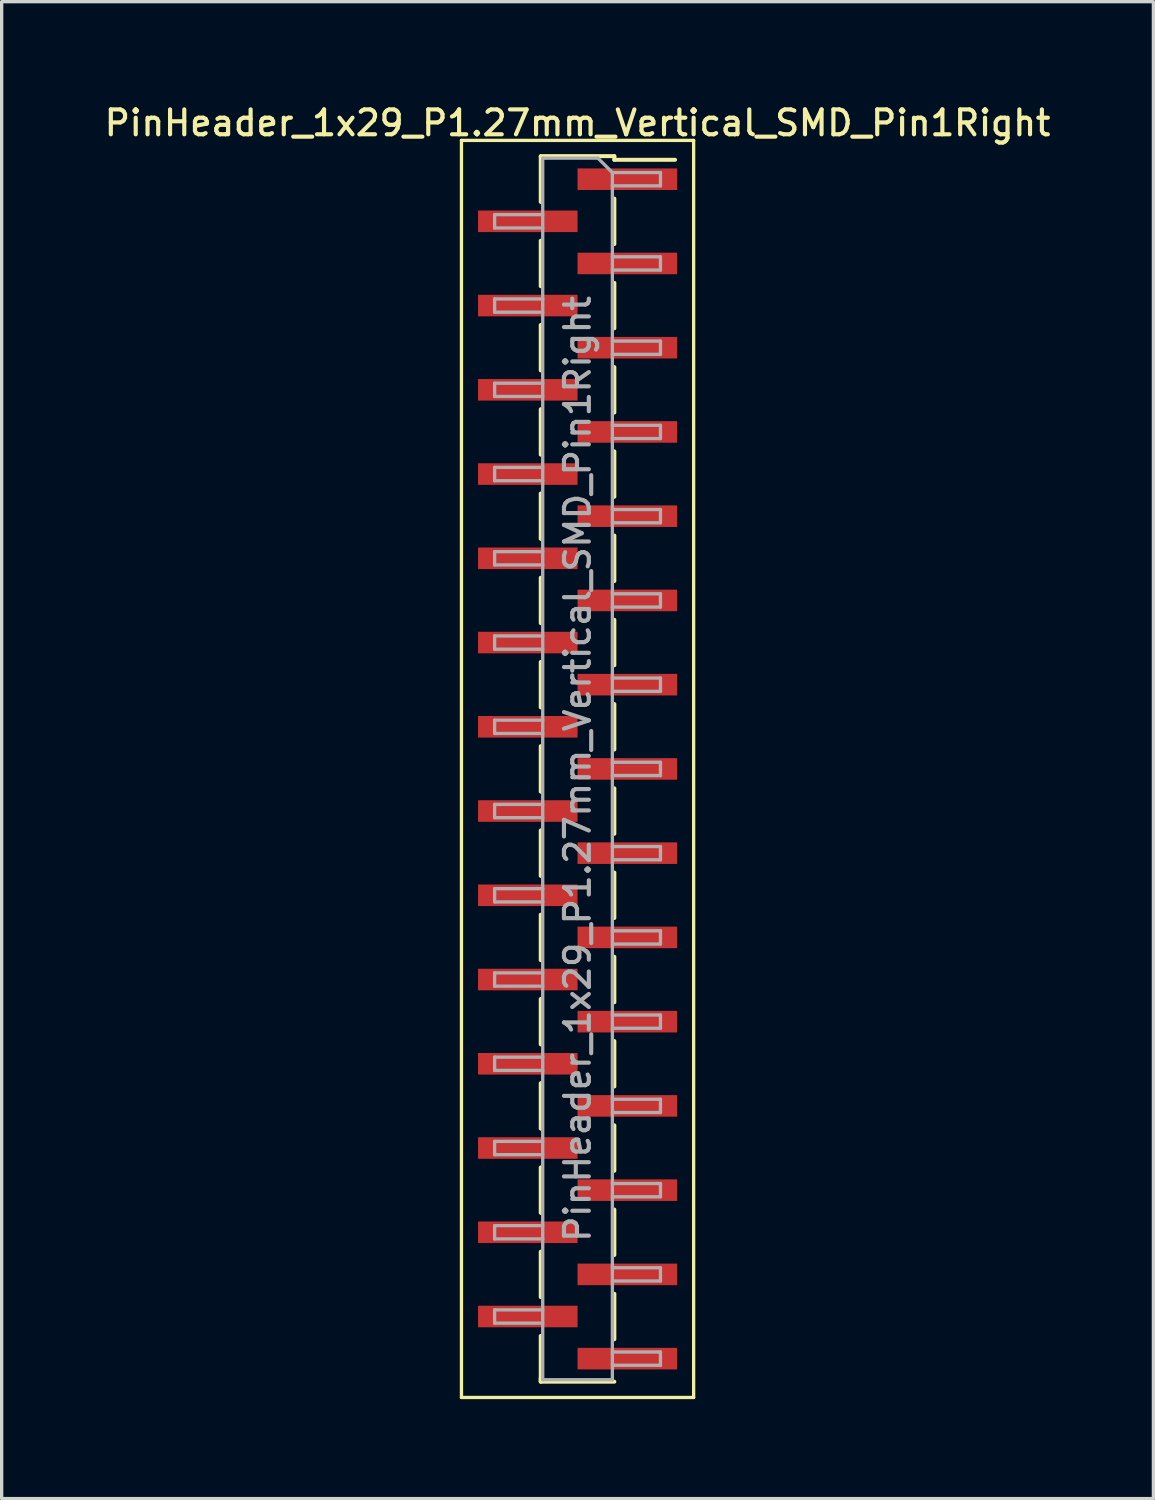
<source format=kicad_pcb>
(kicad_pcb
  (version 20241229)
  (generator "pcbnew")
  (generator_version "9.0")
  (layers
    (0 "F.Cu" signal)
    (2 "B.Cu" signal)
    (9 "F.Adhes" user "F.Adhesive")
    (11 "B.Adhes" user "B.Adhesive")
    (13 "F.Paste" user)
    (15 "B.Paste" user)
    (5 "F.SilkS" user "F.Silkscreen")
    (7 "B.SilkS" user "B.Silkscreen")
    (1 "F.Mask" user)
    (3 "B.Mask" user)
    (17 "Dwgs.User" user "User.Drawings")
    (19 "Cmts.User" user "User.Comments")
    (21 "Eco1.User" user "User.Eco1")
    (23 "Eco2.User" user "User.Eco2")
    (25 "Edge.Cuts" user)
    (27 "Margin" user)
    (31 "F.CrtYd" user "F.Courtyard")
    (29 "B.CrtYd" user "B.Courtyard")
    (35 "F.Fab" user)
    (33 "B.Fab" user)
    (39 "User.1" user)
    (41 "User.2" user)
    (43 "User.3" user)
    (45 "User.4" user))
  (footprint "PinHeader_1x29_P1.27mm_Vertical_SMD_Pin1Right"
    (layer "F.Cu")
    (at 14.363 20.133)
    (property "Reference" "PinHeader_1x29_P1.27mm_Vertical_SMD_Pin1Right" (at 0 -19.475 0) (layer "F.SilkS") (effects (font (size 0.75 0.75) (thickness 0.125))))
    (attr smd)
    (fp_line (start -3.5 -18.95) (end -3.5 18.95) (stroke (width 0.1) (type solid)) (layer "F.SilkS"))
    (fp_line (start -3.5 18.95) (end 3.5 18.95) (stroke (width 0.1) (type solid)) (layer "F.SilkS"))
    (fp_line (start -1.11 -18.475) (end 1.11 -18.475) (stroke (width 0.12) (type solid)) (layer "F.SilkS"))
    (fp_line (start -1.11 -18.465) (end -1.11 -17.095) (stroke (width 0.12) (type solid)) (layer "F.SilkS"))
    (fp_line (start -1.11 -15.925) (end -1.11 -14.555) (stroke (width 0.12) (type solid)) (layer "F.SilkS"))
    (fp_line (start -1.11 -13.385) (end -1.11 -12.015) (stroke (width 0.12) (type solid)) (layer "F.SilkS"))
    (fp_line (start -1.11 -10.845) (end -1.11 -9.475) (stroke (width 0.12) (type solid)) (layer "F.SilkS"))
    (fp_line (start -1.11 -8.305) (end -1.11 -6.935) (stroke (width 0.12) (type solid)) (layer "F.SilkS"))
    (fp_line (start -1.11 -5.765) (end -1.11 -4.395) (stroke (width 0.12) (type solid)) (layer "F.SilkS"))
    (fp_line (start -1.11 -3.225) (end -1.11 -1.855) (stroke (width 0.12) (type solid)) (layer "F.SilkS"))
    (fp_line (start -1.11 -0.685) (end -1.11 0.685) (stroke (width 0.12) (type solid)) (layer "F.SilkS"))
    (fp_line (start -1.11 1.855) (end -1.11 3.225) (stroke (width 0.12) (type solid)) (layer "F.SilkS"))
    (fp_line (start -1.11 4.395) (end -1.11 5.765) (stroke (width 0.12) (type solid)) (layer "F.SilkS"))
    (fp_line (start -1.11 6.935) (end -1.11 8.305) (stroke (width 0.12) (type solid)) (layer "F.SilkS"))
    (fp_line (start -1.11 9.475) (end -1.11 10.845) (stroke (width 0.12) (type solid)) (layer "F.SilkS"))
    (fp_line (start -1.11 12.015) (end -1.11 13.385) (stroke (width 0.12) (type solid)) (layer "F.SilkS"))
    (fp_line (start -1.11 14.555) (end -1.11 15.925) (stroke (width 0.12) (type solid)) (layer "F.SilkS"))
    (fp_line (start -1.11 17.095) (end -1.11 18.465) (stroke (width 0.12) (type solid)) (layer "F.SilkS"))
    (fp_line (start -1.11 18.365) (end -1.11 18.475) (stroke (width 0.12) (type solid)) (layer "F.SilkS"))
    (fp_line (start -1.11 18.475) (end 1.11 18.475) (stroke (width 0.12) (type solid)) (layer "F.SilkS"))
    (fp_line (start 1.11 -18.475) (end 1.11 -18.365) (stroke (width 0.12) (type solid)) (layer "F.SilkS"))
    (fp_line (start 1.11 -18.365) (end 2.94 -18.365) (stroke (width 0.12) (type solid)) (layer "F.SilkS"))
    (fp_line (start 1.11 -17.195) (end 1.11 -15.825) (stroke (width 0.12) (type solid)) (layer "F.SilkS"))
    (fp_line (start 1.11 -14.655) (end 1.11 -13.285) (stroke (width 0.12) (type solid)) (layer "F.SilkS"))
    (fp_line (start 1.11 -12.115) (end 1.11 -10.745) (stroke (width 0.12) (type solid)) (layer "F.SilkS"))
    (fp_line (start 1.11 -9.575) (end 1.11 -8.205) (stroke (width 0.12) (type solid)) (layer "F.SilkS"))
    (fp_line (start 1.11 -7.035) (end 1.11 -5.665) (stroke (width 0.12) (type solid)) (layer "F.SilkS"))
    (fp_line (start 1.11 -4.495) (end 1.11 -3.125) (stroke (width 0.12) (type solid)) (layer "F.SilkS"))
    (fp_line (start 1.11 -1.955) (end 1.11 -0.585) (stroke (width 0.12) (type solid)) (layer "F.SilkS"))
    (fp_line (start 1.11 0.585) (end 1.11 1.955) (stroke (width 0.12) (type solid)) (layer "F.SilkS"))
    (fp_line (start 1.11 3.125) (end 1.11 4.495) (stroke (width 0.12) (type solid)) (layer "F.SilkS"))
    (fp_line (start 1.11 5.665) (end 1.11 7.035) (stroke (width 0.12) (type solid)) (layer "F.SilkS"))
    (fp_line (start 1.11 8.205) (end 1.11 9.575) (stroke (width 0.12) (type solid)) (layer "F.SilkS"))
    (fp_line (start 1.11 10.745) (end 1.11 12.115) (stroke (width 0.12) (type solid)) (layer "F.SilkS"))
    (fp_line (start 1.11 13.285) (end 1.11 14.655) (stroke (width 0.12) (type solid)) (layer "F.SilkS"))
    (fp_line (start 1.11 15.825) (end 1.11 17.195) (stroke (width 0.12) (type solid)) (layer "F.SilkS"))
    (fp_line (start 3.5 -18.95) (end -3.5 -18.95) (stroke (width 0.1) (type solid)) (layer "F.SilkS"))
    (fp_line (start 3.5 18.95) (end 3.5 -18.95) (stroke (width 0.1) (type solid)) (layer "F.SilkS"))
    (fp_line (start -2.5 -16.71) (end -2.5 -16.31) (stroke (width 0.1) (type solid)) (layer "F.Fab"))
    (fp_line (start -2.5 -16.31) (end -1.05 -16.31) (stroke (width 0.1) (type solid)) (layer "F.Fab"))
    (fp_line (start -2.5 -14.17) (end -2.5 -13.77) (stroke (width 0.1) (type solid)) (layer "F.Fab"))
    (fp_line (start -2.5 -13.77) (end -1.05 -13.77) (stroke (width 0.1) (type solid)) (layer "F.Fab"))
    (fp_line (start -2.5 -11.63) (end -2.5 -11.23) (stroke (width 0.1) (type solid)) (layer "F.Fab"))
    (fp_line (start -2.5 -11.23) (end -1.05 -11.23) (stroke (width 0.1) (type solid)) (layer "F.Fab"))
    (fp_line (start -2.5 -9.09) (end -2.5 -8.69) (stroke (width 0.1) (type solid)) (layer "F.Fab"))
    (fp_line (start -2.5 -8.69) (end -1.05 -8.69) (stroke (width 0.1) (type solid)) (layer "F.Fab"))
    (fp_line (start -2.5 -6.55) (end -2.5 -6.15) (stroke (width 0.1) (type solid)) (layer "F.Fab"))
    (fp_line (start -2.5 -6.15) (end -1.05 -6.15) (stroke (width 0.1) (type solid)) (layer "F.Fab"))
    (fp_line (start -2.5 -4.01) (end -2.5 -3.61) (stroke (width 0.1) (type solid)) (layer "F.Fab"))
    (fp_line (start -2.5 -3.61) (end -1.05 -3.61) (stroke (width 0.1) (type solid)) (layer "F.Fab"))
    (fp_line (start -2.5 -1.47) (end -2.5 -1.07) (stroke (width 0.1) (type solid)) (layer "F.Fab"))
    (fp_line (start -2.5 -1.07) (end -1.05 -1.07) (stroke (width 0.1) (type solid)) (layer "F.Fab"))
    (fp_line (start -2.5 1.07) (end -2.5 1.47) (stroke (width 0.1) (type solid)) (layer "F.Fab"))
    (fp_line (start -2.5 1.47) (end -1.05 1.47) (stroke (width 0.1) (type solid)) (layer "F.Fab"))
    (fp_line (start -2.5 3.61) (end -2.5 4.01) (stroke (width 0.1) (type solid)) (layer "F.Fab"))
    (fp_line (start -2.5 4.01) (end -1.05 4.01) (stroke (width 0.1) (type solid)) (layer "F.Fab"))
    (fp_line (start -2.5 6.15) (end -2.5 6.55) (stroke (width 0.1) (type solid)) (layer "F.Fab"))
    (fp_line (start -2.5 6.55) (end -1.05 6.55) (stroke (width 0.1) (type solid)) (layer "F.Fab"))
    (fp_line (start -2.5 8.69) (end -2.5 9.09) (stroke (width 0.1) (type solid)) (layer "F.Fab"))
    (fp_line (start -2.5 9.09) (end -1.05 9.09) (stroke (width 0.1) (type solid)) (layer "F.Fab"))
    (fp_line (start -2.5 11.23) (end -2.5 11.63) (stroke (width 0.1) (type solid)) (layer "F.Fab"))
    (fp_line (start -2.5 11.63) (end -1.05 11.63) (stroke (width 0.1) (type solid)) (layer "F.Fab"))
    (fp_line (start -2.5 13.77) (end -2.5 14.17) (stroke (width 0.1) (type solid)) (layer "F.Fab"))
    (fp_line (start -2.5 14.17) (end -1.05 14.17) (stroke (width 0.1) (type solid)) (layer "F.Fab"))
    (fp_line (start -2.5 16.31) (end -2.5 16.71) (stroke (width 0.1) (type solid)) (layer "F.Fab"))
    (fp_line (start -2.5 16.71) (end -1.05 16.71) (stroke (width 0.1) (type solid)) (layer "F.Fab"))
    (fp_line (start -1.05 -18.415) (end -1.05 18.415) (stroke (width 0.1) (type solid)) (layer "F.Fab"))
    (fp_line (start -1.05 -18.415) (end 0.615 -18.415) (stroke (width 0.1) (type solid)) (layer "F.Fab"))
    (fp_line (start -1.05 -16.71) (end -2.5 -16.71) (stroke (width 0.1) (type solid)) (layer "F.Fab"))
    (fp_line (start -1.05 -14.17) (end -2.5 -14.17) (stroke (width 0.1) (type solid)) (layer "F.Fab"))
    (fp_line (start -1.05 -11.63) (end -2.5 -11.63) (stroke (width 0.1) (type solid)) (layer "F.Fab"))
    (fp_line (start -1.05 -9.09) (end -2.5 -9.09) (stroke (width 0.1) (type solid)) (layer "F.Fab"))
    (fp_line (start -1.05 -6.55) (end -2.5 -6.55) (stroke (width 0.1) (type solid)) (layer "F.Fab"))
    (fp_line (start -1.05 -4.01) (end -2.5 -4.01) (stroke (width 0.1) (type solid)) (layer "F.Fab"))
    (fp_line (start -1.05 -1.47) (end -2.5 -1.47) (stroke (width 0.1) (type solid)) (layer "F.Fab"))
    (fp_line (start -1.05 1.07) (end -2.5 1.07) (stroke (width 0.1) (type solid)) (layer "F.Fab"))
    (fp_line (start -1.05 3.61) (end -2.5 3.61) (stroke (width 0.1) (type solid)) (layer "F.Fab"))
    (fp_line (start -1.05 6.15) (end -2.5 6.15) (stroke (width 0.1) (type solid)) (layer "F.Fab"))
    (fp_line (start -1.05 8.69) (end -2.5 8.69) (stroke (width 0.1) (type solid)) (layer "F.Fab"))
    (fp_line (start -1.05 11.23) (end -2.5 11.23) (stroke (width 0.1) (type solid)) (layer "F.Fab"))
    (fp_line (start -1.05 13.77) (end -2.5 13.77) (stroke (width 0.1) (type solid)) (layer "F.Fab"))
    (fp_line (start -1.05 16.31) (end -2.5 16.31) (stroke (width 0.1) (type solid)) (layer "F.Fab"))
    (fp_line (start 1.05 -17.98) (end 0.615 -18.415) (stroke (width 0.1) (type solid)) (layer "F.Fab"))
    (fp_line (start 1.05 -17.98) (end 2.5 -17.98) (stroke (width 0.1) (type solid)) (layer "F.Fab"))
    (fp_line (start 1.05 -15.44) (end 2.5 -15.44) (stroke (width 0.1) (type solid)) (layer "F.Fab"))
    (fp_line (start 1.05 -12.9) (end 2.5 -12.9) (stroke (width 0.1) (type solid)) (layer "F.Fab"))
    (fp_line (start 1.05 -10.36) (end 2.5 -10.36) (stroke (width 0.1) (type solid)) (layer "F.Fab"))
    (fp_line (start 1.05 -7.82) (end 2.5 -7.82) (stroke (width 0.1) (type solid)) (layer "F.Fab"))
    (fp_line (start 1.05 -5.28) (end 2.5 -5.28) (stroke (width 0.1) (type solid)) (layer "F.Fab"))
    (fp_line (start 1.05 -2.74) (end 2.5 -2.74) (stroke (width 0.1) (type solid)) (layer "F.Fab"))
    (fp_line (start 1.05 -0.2) (end 2.5 -0.2) (stroke (width 0.1) (type solid)) (layer "F.Fab"))
    (fp_line (start 1.05 2.34) (end 2.5 2.34) (stroke (width 0.1) (type solid)) (layer "F.Fab"))
    (fp_line (start 1.05 4.88) (end 2.5 4.88) (stroke (width 0.1) (type solid)) (layer "F.Fab"))
    (fp_line (start 1.05 7.42) (end 2.5 7.42) (stroke (width 0.1) (type solid)) (layer "F.Fab"))
    (fp_line (start 1.05 9.96) (end 2.5 9.96) (stroke (width 0.1) (type solid)) (layer "F.Fab"))
    (fp_line (start 1.05 12.5) (end 2.5 12.5) (stroke (width 0.1) (type solid)) (layer "F.Fab"))
    (fp_line (start 1.05 15.04) (end 2.5 15.04) (stroke (width 0.1) (type solid)) (layer "F.Fab"))
    (fp_line (start 1.05 17.58) (end 2.5 17.58) (stroke (width 0.1) (type solid)) (layer "F.Fab"))
    (fp_line (start 1.05 18.415) (end -1.05 18.415) (stroke (width 0.1) (type solid)) (layer "F.Fab"))
    (fp_line (start 1.05 18.415) (end 1.05 -17.98) (stroke (width 0.1) (type solid)) (layer "F.Fab"))
    (fp_line (start 2.5 -17.98) (end 2.5 -17.58) (stroke (width 0.1) (type solid)) (layer "F.Fab"))
    (fp_line (start 2.5 -17.58) (end 1.05 -17.58) (stroke (width 0.1) (type solid)) (layer "F.Fab"))
    (fp_line (start 2.5 -15.44) (end 2.5 -15.04) (stroke (width 0.1) (type solid)) (layer "F.Fab"))
    (fp_line (start 2.5 -15.04) (end 1.05 -15.04) (stroke (width 0.1) (type solid)) (layer "F.Fab"))
    (fp_line (start 2.5 -12.9) (end 2.5 -12.5) (stroke (width 0.1) (type solid)) (layer "F.Fab"))
    (fp_line (start 2.5 -12.5) (end 1.05 -12.5) (stroke (width 0.1) (type solid)) (layer "F.Fab"))
    (fp_line (start 2.5 -10.36) (end 2.5 -9.96) (stroke (width 0.1) (type solid)) (layer "F.Fab"))
    (fp_line (start 2.5 -9.96) (end 1.05 -9.96) (stroke (width 0.1) (type solid)) (layer "F.Fab"))
    (fp_line (start 2.5 -7.82) (end 2.5 -7.42) (stroke (width 0.1) (type solid)) (layer "F.Fab"))
    (fp_line (start 2.5 -7.42) (end 1.05 -7.42) (stroke (width 0.1) (type solid)) (layer "F.Fab"))
    (fp_line (start 2.5 -5.28) (end 2.5 -4.88) (stroke (width 0.1) (type solid)) (layer "F.Fab"))
    (fp_line (start 2.5 -4.88) (end 1.05 -4.88) (stroke (width 0.1) (type solid)) (layer "F.Fab"))
    (fp_line (start 2.5 -2.74) (end 2.5 -2.34) (stroke (width 0.1) (type solid)) (layer "F.Fab"))
    (fp_line (start 2.5 -2.34) (end 1.05 -2.34) (stroke (width 0.1) (type solid)) (layer "F.Fab"))
    (fp_line (start 2.5 -0.2) (end 2.5 0.2) (stroke (width 0.1) (type solid)) (layer "F.Fab"))
    (fp_line (start 2.5 0.2) (end 1.05 0.2) (stroke (width 0.1) (type solid)) (layer "F.Fab"))
    (fp_line (start 2.5 2.34) (end 2.5 2.74) (stroke (width 0.1) (type solid)) (layer "F.Fab"))
    (fp_line (start 2.5 2.74) (end 1.05 2.74) (stroke (width 0.1) (type solid)) (layer "F.Fab"))
    (fp_line (start 2.5 4.88) (end 2.5 5.28) (stroke (width 0.1) (type solid)) (layer "F.Fab"))
    (fp_line (start 2.5 5.28) (end 1.05 5.28) (stroke (width 0.1) (type solid)) (layer "F.Fab"))
    (fp_line (start 2.5 7.42) (end 2.5 7.82) (stroke (width 0.1) (type solid)) (layer "F.Fab"))
    (fp_line (start 2.5 7.82) (end 1.05 7.82) (stroke (width 0.1) (type solid)) (layer "F.Fab"))
    (fp_line (start 2.5 9.96) (end 2.5 10.36) (stroke (width 0.1) (type solid)) (layer "F.Fab"))
    (fp_line (start 2.5 10.36) (end 1.05 10.36) (stroke (width 0.1) (type solid)) (layer "F.Fab"))
    (fp_line (start 2.5 12.5) (end 2.5 12.9) (stroke (width 0.1) (type solid)) (layer "F.Fab"))
    (fp_line (start 2.5 12.9) (end 1.05 12.9) (stroke (width 0.1) (type solid)) (layer "F.Fab"))
    (fp_line (start 2.5 15.04) (end 2.5 15.44) (stroke (width 0.1) (type solid)) (layer "F.Fab"))
    (fp_line (start 2.5 15.44) (end 1.05 15.44) (stroke (width 0.1) (type solid)) (layer "F.Fab"))
    (fp_line (start 2.5 17.58) (end 2.5 17.98) (stroke (width 0.1) (type solid)) (layer "F.Fab"))
    (fp_line (start 2.5 17.98) (end 1.05 17.98) (stroke (width 0.1) (type solid)) (layer "F.Fab"))
    (fp_text user "${REFERENCE}" (at 0 0 90) (layer "F.Fab") (effects (font (size 0.75 0.75) (thickness 0.125))))
    (pad "1" smd rect (at 1.5 -17.78) (size 3 0.65) (layers "F.Cu" "F.Mask" "F.Paste"))
    (pad "2" smd rect (at -1.5 -16.51) (size 3 0.65) (layers "F.Cu" "F.Mask" "F.Paste"))
    (pad "3" smd rect (at 1.5 -15.24) (size 3 0.65) (layers "F.Cu" "F.Mask" "F.Paste"))
    (pad "4" smd rect (at -1.5 -13.97) (size 3 0.65) (layers "F.Cu" "F.Mask" "F.Paste"))
    (pad "5" smd rect (at 1.5 -12.7) (size 3 0.65) (layers "F.Cu" "F.Mask" "F.Paste"))
    (pad "6" smd rect (at -1.5 -11.43) (size 3 0.65) (layers "F.Cu" "F.Mask" "F.Paste"))
    (pad "7" smd rect (at 1.5 -10.16) (size 3 0.65) (layers "F.Cu" "F.Mask" "F.Paste"))
    (pad "8" smd rect (at -1.5 -8.89) (size 3 0.65) (layers "F.Cu" "F.Mask" "F.Paste"))
    (pad "9" smd rect (at 1.5 -7.62) (size 3 0.65) (layers "F.Cu" "F.Mask" "F.Paste"))
    (pad "10" smd rect (at -1.5 -6.35) (size 3 0.65) (layers "F.Cu" "F.Mask" "F.Paste"))
    (pad "11" smd rect (at 1.5 -5.08) (size 3 0.65) (layers "F.Cu" "F.Mask" "F.Paste"))
    (pad "12" smd rect (at -1.5 -3.81) (size 3 0.65) (layers "F.Cu" "F.Mask" "F.Paste"))
    (pad "13" smd rect (at 1.5 -2.54) (size 3 0.65) (layers "F.Cu" "F.Mask" "F.Paste"))
    (pad "14" smd rect (at -1.5 -1.27) (size 3 0.65) (layers "F.Cu" "F.Mask" "F.Paste"))
    (pad "15" smd rect (at 1.5 0) (size 3 0.65) (layers "F.Cu" "F.Mask" "F.Paste"))
    (pad "16" smd rect (at -1.5 1.27) (size 3 0.65) (layers "F.Cu" "F.Mask" "F.Paste"))
    (pad "17" smd rect (at 1.5 2.54) (size 3 0.65) (layers "F.Cu" "F.Mask" "F.Paste"))
    (pad "18" smd rect (at -1.5 3.81) (size 3 0.65) (layers "F.Cu" "F.Mask" "F.Paste"))
    (pad "19" smd rect (at 1.5 5.08) (size 3 0.65) (layers "F.Cu" "F.Mask" "F.Paste"))
    (pad "20" smd rect (at -1.5 6.35) (size 3 0.65) (layers "F.Cu" "F.Mask" "F.Paste"))
    (pad "21" smd rect (at 1.5 7.62) (size 3 0.65) (layers "F.Cu" "F.Mask" "F.Paste"))
    (pad "22" smd rect (at -1.5 8.89) (size 3 0.65) (layers "F.Cu" "F.Mask" "F.Paste"))
    (pad "23" smd rect (at 1.5 10.16) (size 3 0.65) (layers "F.Cu" "F.Mask" "F.Paste"))
    (pad "24" smd rect (at -1.5 11.43) (size 3 0.65) (layers "F.Cu" "F.Mask" "F.Paste"))
    (pad "25" smd rect (at 1.5 12.7) (size 3 0.65) (layers "F.Cu" "F.Mask" "F.Paste"))
    (pad "26" smd rect (at -1.5 13.97) (size 3 0.65) (layers "F.Cu" "F.Mask" "F.Paste"))
    (pad "27" smd rect (at 1.5 15.24) (size 3 0.65) (layers "F.Cu" "F.Mask" "F.Paste"))
    (pad "28" smd rect (at -1.5 16.51) (size 3 0.65) (layers "F.Cu" "F.Mask" "F.Paste"))
    (pad "29" smd rect (at 1.5 17.78) (size 3 0.65) (layers "F.Cu" "F.Mask" "F.Paste")))
  (gr_rect
    (start -3 -3)
    (end 31.725 42.133)
    (stroke (width 0.1) (type default))
    (fill no)
    (layer "Edge.Cuts")))
</source>
